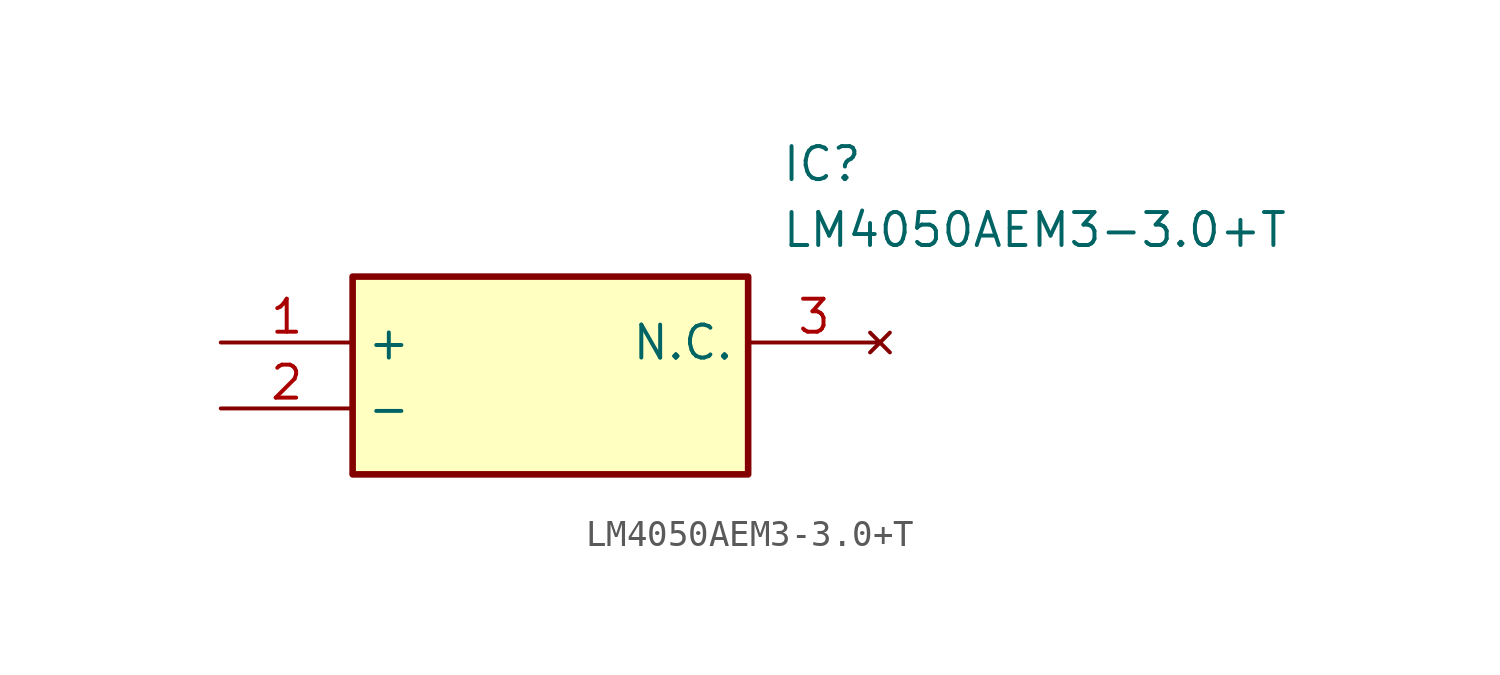
<source format=kicad_sym>
(kicad_symbol_lib
  (version 20211014)
  (generator SamacSys_ECAD_Model)
  (symbol "LM4050AEM3-3.0+T"
    (property "Reference" "IC"
      (at 21.59 7.62 0)
      (effects (font (size 1.27 1.27)) (justify left top)))
    (property "Value" "LM4050AEM3-3.0+T"
      (at 21.59 5.08 0)
      (effects (font (size 1.27 1.27)) (justify left top)))
    (rectangle
      (start 5.08 2.54)
      (end 20.32 -5.08)
      (stroke (width 0.254) (type default))
      (fill (type background)))
    (pin passive line
      (at 0 0 0)
      (length 5.08)
      (name "+" (effects (font (size 1.27 1.27))))
      (number "1" (effects (font (size 1.27 1.27)))))
    (pin passive line
      (at 0 -2.54 0)
      (length 5.08)
      (name "-" (effects (font (size 1.27 1.27))))
      (number "2" (effects (font (size 1.27 1.27)))))
    (pin no_connect line
      (at 25.4 0 180)
      (length 5.08)
      (name "N.C." (effects (font (size 1.27 1.27))))
      (number "3" (effects (font (size 1.27 1.27)))))))
</source>
